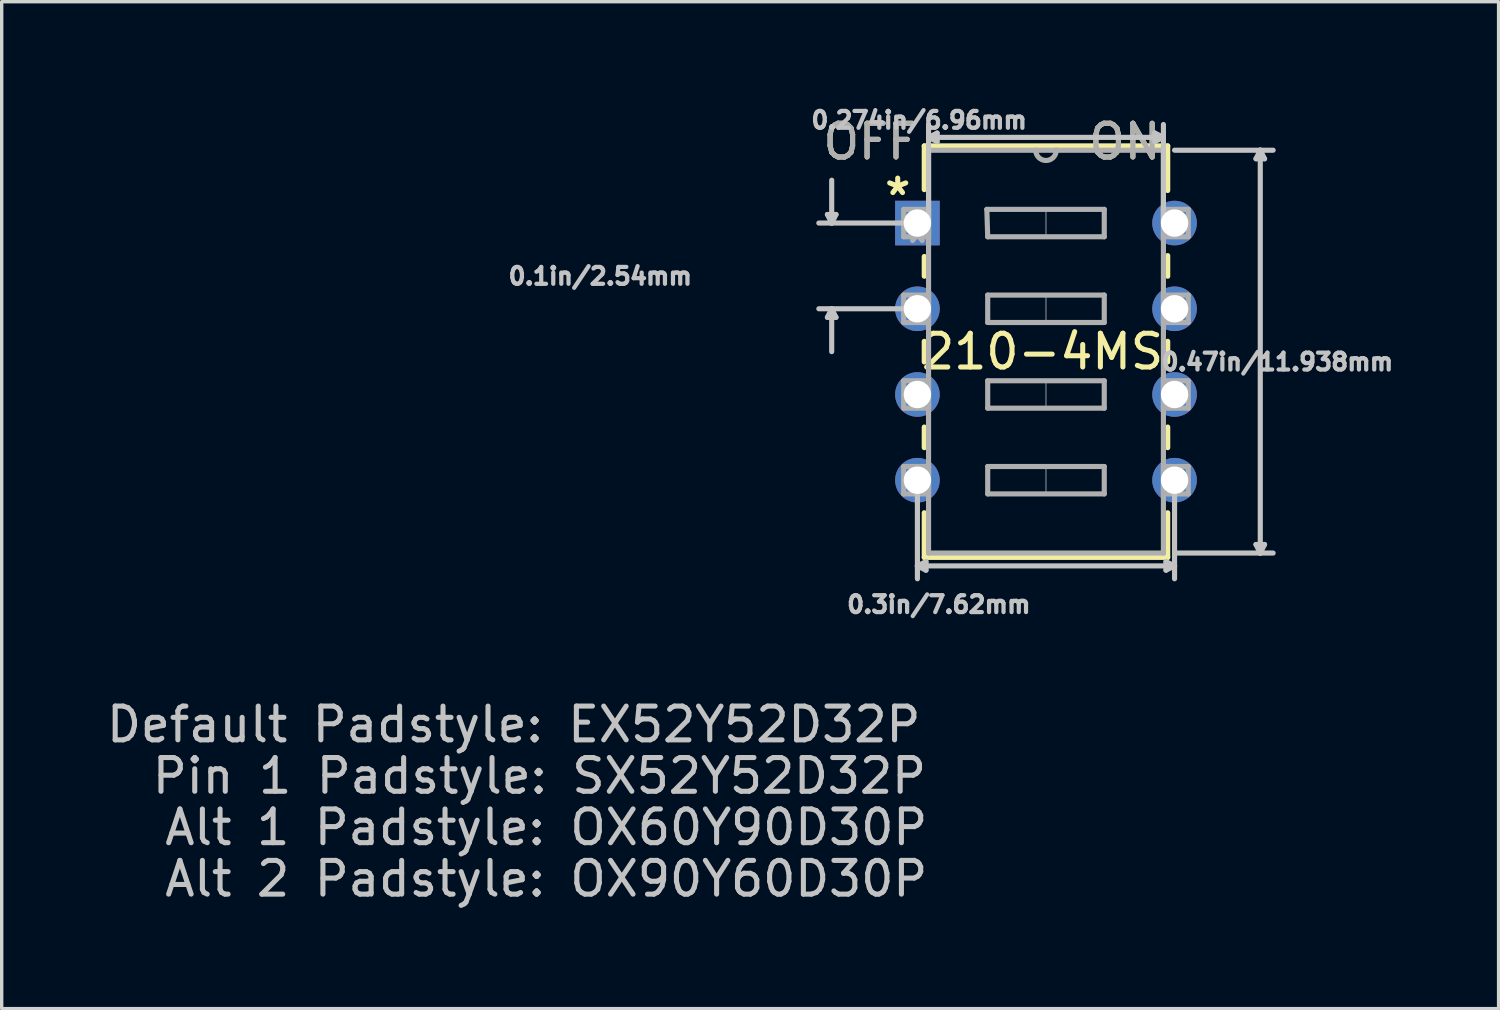
<source format=kicad_pcb>
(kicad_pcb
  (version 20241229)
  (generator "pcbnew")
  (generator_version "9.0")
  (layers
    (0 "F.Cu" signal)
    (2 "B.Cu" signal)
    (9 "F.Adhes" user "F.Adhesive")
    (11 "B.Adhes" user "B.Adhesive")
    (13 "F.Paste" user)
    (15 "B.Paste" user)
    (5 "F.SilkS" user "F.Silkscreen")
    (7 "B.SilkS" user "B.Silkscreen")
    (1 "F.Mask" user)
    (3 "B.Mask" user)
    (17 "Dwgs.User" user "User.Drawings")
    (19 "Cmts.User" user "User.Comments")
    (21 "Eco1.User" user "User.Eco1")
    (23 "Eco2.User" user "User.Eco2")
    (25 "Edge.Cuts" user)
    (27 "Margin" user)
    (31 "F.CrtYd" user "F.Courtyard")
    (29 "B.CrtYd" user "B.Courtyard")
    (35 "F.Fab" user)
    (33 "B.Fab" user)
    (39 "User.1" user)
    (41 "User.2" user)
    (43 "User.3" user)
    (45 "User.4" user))
  (footprint "210-4MS"
    (layer "F.Cu")
    (at 24.136 3.56)
    (property "Reference" "210-4MS" (at 3.708 3.81 0) (layer "F.SilkS") (effects (font (size 1 1) (thickness 0.15))))
    (attr through_hole)
    (fp_line (start 0.203 -2.286) (end 0.203 -0.991) (stroke (width 0.152) (type solid)) (layer "F.SilkS"))
    (fp_line (start 0.203 0.991) (end 0.203 1.575) (stroke (width 0.152) (type solid)) (layer "F.SilkS"))
    (fp_line (start 0.203 3.505) (end 0.203 4.115) (stroke (width 0.152) (type solid)) (layer "F.SilkS"))
    (fp_line (start 0.203 6.045) (end 0.203 6.655) (stroke (width 0.152) (type solid)) (layer "F.SilkS"))
    (fp_line (start 0.203 8.585) (end 0.203 9.906) (stroke (width 0.152) (type solid)) (layer "F.SilkS"))
    (fp_line (start 0.203 9.906) (end 7.417 9.906) (stroke (width 0.152) (type solid)) (layer "F.SilkS"))
    (fp_line (start 7.417 -2.286) (end 0.203 -2.286) (stroke (width 0.152) (type solid)) (layer "F.SilkS"))
    (fp_line (start 7.417 -0.965) (end 7.417 -2.286) (stroke (width 0.152) (type solid)) (layer "F.SilkS"))
    (fp_line (start 7.417 1.575) (end 7.417 0.965) (stroke (width 0.152) (type solid)) (layer "F.SilkS"))
    (fp_line (start 7.417 4.115) (end 7.417 3.505) (stroke (width 0.152) (type solid)) (layer "F.SilkS"))
    (fp_line (start 7.417 6.655) (end 7.417 6.045) (stroke (width 0.152) (type solid)) (layer "F.SilkS"))
    (fp_line (start 7.417 9.906) (end 7.417 8.585) (stroke (width 0.152) (type solid)) (layer "F.SilkS"))
    (fp_line (start -2.667 -0.254) (end -2.413 -0.254) (stroke (width 0.152) (type solid)) (layer "Dwgs.User"))
    (fp_line (start -2.667 2.794) (end -2.413 2.794) (stroke (width 0.152) (type solid)) (layer "Dwgs.User"))
    (fp_line (start -2.54 0) (end -2.921 0) (stroke (width 0.152) (type solid)) (layer "Dwgs.User"))
    (fp_line (start -2.54 0) (end -2.667 -0.254) (stroke (width 0.152) (type solid)) (layer "Dwgs.User"))
    (fp_line (start -2.54 0) (end -2.54 -1.27) (stroke (width 0.152) (type solid)) (layer "Dwgs.User"))
    (fp_line (start -2.54 0) (end -2.413 -0.254) (stroke (width 0.152) (type solid)) (layer "Dwgs.User"))
    (fp_line (start -2.54 2.54) (end -2.921 2.54) (stroke (width 0.152) (type solid)) (layer "Dwgs.User"))
    (fp_line (start -2.54 2.54) (end -2.667 2.794) (stroke (width 0.152) (type solid)) (layer "Dwgs.User"))
    (fp_line (start -2.54 2.54) (end -2.54 3.81) (stroke (width 0.152) (type solid)) (layer "Dwgs.User"))
    (fp_line (start -2.54 2.54) (end -2.413 2.794) (stroke (width 0.152) (type solid)) (layer "Dwgs.User"))
    (fp_line (start 0 0) (end -2.54 0) (stroke (width 0.152) (type solid)) (layer "Dwgs.User"))
    (fp_line (start 0 2.54) (end -2.54 2.54) (stroke (width 0.152) (type solid)) (layer "Dwgs.User"))
    (fp_line (start 0 7.62) (end 0 10.16) (stroke (width 0.152) (type solid)) (layer "Dwgs.User"))
    (fp_line (start 0 10.16) (end 0 10.541) (stroke (width 0.152) (type solid)) (layer "Dwgs.User"))
    (fp_line (start 0 10.16) (end 0.254 10.033) (stroke (width 0.152) (type solid)) (layer "Dwgs.User"))
    (fp_line (start 0 10.16) (end 0.254 10.287) (stroke (width 0.152) (type solid)) (layer "Dwgs.User"))
    (fp_line (start 0 10.16) (end 7.62 10.16) (stroke (width 0.152) (type solid)) (layer "Dwgs.User"))
    (fp_line (start 0.254 10.033) (end 0.254 10.287) (stroke (width 0.152) (type solid)) (layer "Dwgs.User"))
    (fp_line (start 0.33 -2.54) (end 0.33 -2.921) (stroke (width 0.152) (type solid)) (layer "Dwgs.User"))
    (fp_line (start 0.33 -2.54) (end 0.584 -2.667) (stroke (width 0.152) (type solid)) (layer "Dwgs.User"))
    (fp_line (start 0.33 -2.54) (end 0.584 -2.413) (stroke (width 0.152) (type solid)) (layer "Dwgs.User"))
    (fp_line (start 0.33 -2.54) (end 7.29 -2.54) (stroke (width 0.152) (type solid)) (layer "Dwgs.User"))
    (fp_line (start 0.33 0) (end 0.33 -2.54) (stroke (width 0.152) (type solid)) (layer "Dwgs.User"))
    (fp_line (start 0.584 -2.667) (end 0.584 -2.413) (stroke (width 0.152) (type solid)) (layer "Dwgs.User"))
    (fp_line (start 7.036 -2.667) (end 7.036 -2.413) (stroke (width 0.152) (type solid)) (layer "Dwgs.User"))
    (fp_line (start 7.29 -2.54) (end 7.036 -2.667) (stroke (width 0.152) (type solid)) (layer "Dwgs.User"))
    (fp_line (start 7.29 -2.54) (end 7.036 -2.413) (stroke (width 0.152) (type solid)) (layer "Dwgs.User"))
    (fp_line (start 7.29 -2.54) (end 7.29 -2.921) (stroke (width 0.152) (type solid)) (layer "Dwgs.User"))
    (fp_line (start 7.29 0) (end 7.29 -2.54) (stroke (width 0.152) (type solid)) (layer "Dwgs.User"))
    (fp_line (start 7.366 10.033) (end 7.366 10.287) (stroke (width 0.152) (type solid)) (layer "Dwgs.User"))
    (fp_line (start 7.62 -2.159) (end 10.16 -2.159) (stroke (width 0.152) (type solid)) (layer "Dwgs.User"))
    (fp_line (start 7.62 7.62) (end 7.62 9.779) (stroke (width 0.152) (type solid)) (layer "Dwgs.User"))
    (fp_line (start 7.62 9.779) (end 7.62 10.16) (stroke (width 0.152) (type solid)) (layer "Dwgs.User"))
    (fp_line (start 7.62 9.779) (end 10.16 9.779) (stroke (width 0.152) (type solid)) (layer "Dwgs.User"))
    (fp_line (start 7.62 10.16) (end 7.366 10.033) (stroke (width 0.152) (type solid)) (layer "Dwgs.User"))
    (fp_line (start 7.62 10.16) (end 7.366 10.287) (stroke (width 0.152) (type solid)) (layer "Dwgs.User"))
    (fp_line (start 7.62 10.16) (end 7.62 10.541) (stroke (width 0.152) (type solid)) (layer "Dwgs.User"))
    (fp_line (start 10.033 -1.905) (end 10.287 -1.905) (stroke (width 0.152) (type solid)) (layer "Dwgs.User"))
    (fp_line (start 10.033 9.525) (end 10.287 9.525) (stroke (width 0.152) (type solid)) (layer "Dwgs.User"))
    (fp_line (start 10.16 -2.159) (end 10.033 -1.905) (stroke (width 0.152) (type solid)) (layer "Dwgs.User"))
    (fp_line (start 10.16 -2.159) (end 10.16 9.779) (stroke (width 0.152) (type solid)) (layer "Dwgs.User"))
    (fp_line (start 10.16 -2.159) (end 10.287 -1.905) (stroke (width 0.152) (type solid)) (layer "Dwgs.User"))
    (fp_line (start 10.16 -2.159) (end 10.541 -2.159) (stroke (width 0.152) (type solid)) (layer "Dwgs.User"))
    (fp_line (start 10.16 9.779) (end 10.033 9.525) (stroke (width 0.152) (type solid)) (layer "Dwgs.User"))
    (fp_line (start 10.16 9.779) (end 10.287 9.525) (stroke (width 0.152) (type solid)) (layer "Dwgs.User"))
    (fp_line (start 10.16 9.779) (end 10.541 9.779) (stroke (width 0.152) (type solid)) (layer "Dwgs.User"))
    (fp_line (start -0.406 -0.406) (end -0.406 0.406) (stroke (width 0.152) (type solid)) (layer "F.Fab"))
    (fp_line (start -0.406 0.406) (end 0.33 0.406) (stroke (width 0.152) (type solid)) (layer "F.Fab"))
    (fp_line (start -0.406 2.134) (end -0.406 2.946) (stroke (width 0.152) (type solid)) (layer "F.Fab"))
    (fp_line (start -0.406 2.946) (end 0.33 2.946) (stroke (width 0.152) (type solid)) (layer "F.Fab"))
    (fp_line (start -0.406 4.674) (end -0.406 5.486) (stroke (width 0.152) (type solid)) (layer "F.Fab"))
    (fp_line (start -0.406 5.486) (end 0.33 5.486) (stroke (width 0.152) (type solid)) (layer "F.Fab"))
    (fp_line (start -0.406 7.214) (end -0.406 8.026) (stroke (width 0.152) (type solid)) (layer "F.Fab"))
    (fp_line (start -0.406 8.026) (end 0.33 8.026) (stroke (width 0.152) (type solid)) (layer "F.Fab"))
    (fp_line (start 0.33 -2.159) (end 0.33 9.779) (stroke (width 0.152) (type solid)) (layer "F.Fab"))
    (fp_line (start 0.33 -0.406) (end -0.406 -0.406) (stroke (width 0.152) (type solid)) (layer "F.Fab"))
    (fp_line (start 0.33 0.406) (end 0.33 -0.406) (stroke (width 0.152) (type solid)) (layer "F.Fab"))
    (fp_line (start 0.33 2.134) (end -0.406 2.134) (stroke (width 0.152) (type solid)) (layer "F.Fab"))
    (fp_line (start 0.33 2.946) (end 0.33 2.134) (stroke (width 0.152) (type solid)) (layer "F.Fab"))
    (fp_line (start 0.33 4.674) (end -0.406 4.674) (stroke (width 0.152) (type solid)) (layer "F.Fab"))
    (fp_line (start 0.33 5.486) (end 0.33 4.674) (stroke (width 0.152) (type solid)) (layer "F.Fab"))
    (fp_line (start 0.33 7.214) (end -0.406 7.214) (stroke (width 0.152) (type solid)) (layer "F.Fab"))
    (fp_line (start 0.33 8.026) (end 0.33 7.214) (stroke (width 0.152) (type solid)) (layer "F.Fab"))
    (fp_line (start 0.33 9.779) (end 7.29 9.779) (stroke (width 0.152) (type solid)) (layer "F.Fab"))
    (fp_line (start 2.057 -0.406) (end 5.537 -0.406) (stroke (width 0.152) (type solid)) (layer "F.Fab"))
    (fp_line (start 2.083 0.406) (end 2.057 -0.406) (stroke (width 0.152) (type solid)) (layer "F.Fab"))
    (fp_line (start 2.083 2.134) (end 5.537 2.134) (stroke (width 0.152) (type solid)) (layer "F.Fab"))
    (fp_line (start 2.083 2.946) (end 2.083 2.134) (stroke (width 0.152) (type solid)) (layer "F.Fab"))
    (fp_line (start 2.083 4.674) (end 5.537 4.674) (stroke (width 0.152) (type solid)) (layer "F.Fab"))
    (fp_line (start 2.083 5.486) (end 2.083 4.674) (stroke (width 0.152) (type solid)) (layer "F.Fab"))
    (fp_line (start 2.083 7.214) (end 5.537 7.214) (stroke (width 0.152) (type solid)) (layer "F.Fab"))
    (fp_line (start 2.083 8.026) (end 2.083 7.214) (stroke (width 0.152) (type solid)) (layer "F.Fab"))
    (fp_line (start 3.505 -2.159) (end 0.33 -2.159) (stroke (width 0.152) (type solid)) (layer "F.Fab"))
    (fp_line (start 4.115 -2.159) (end 3.505 -2.159) (stroke (width 0.152) (type solid)) (layer "F.Fab"))
    (fp_line (start 5.537 -0.406) (end 5.537 0.406) (stroke (width 0.152) (type solid)) (layer "F.Fab"))
    (fp_line (start 5.537 0.406) (end 2.083 0.406) (stroke (width 0.152) (type solid)) (layer "F.Fab"))
    (fp_line (start 5.537 2.134) (end 5.537 2.946) (stroke (width 0.152) (type solid)) (layer "F.Fab"))
    (fp_line (start 5.537 2.946) (end 2.083 2.946) (stroke (width 0.152) (type solid)) (layer "F.Fab"))
    (fp_line (start 5.537 4.674) (end 5.537 5.486) (stroke (width 0.152) (type solid)) (layer "F.Fab"))
    (fp_line (start 5.537 5.486) (end 2.083 5.486) (stroke (width 0.152) (type solid)) (layer "F.Fab"))
    (fp_line (start 5.537 7.214) (end 5.537 8.026) (stroke (width 0.152) (type solid)) (layer "F.Fab"))
    (fp_line (start 5.537 8.026) (end 2.083 8.026) (stroke (width 0.152) (type solid)) (layer "F.Fab"))
    (fp_line (start 7.29 -2.159) (end 4.115 -2.159) (stroke (width 0.152) (type solid)) (layer "F.Fab"))
    (fp_line (start 7.29 -0.406) (end 7.29 0.406) (stroke (width 0.152) (type solid)) (layer "F.Fab"))
    (fp_line (start 7.29 0.406) (end 8.026 0.406) (stroke (width 0.152) (type solid)) (layer "F.Fab"))
    (fp_line (start 7.29 2.134) (end 7.29 2.946) (stroke (width 0.152) (type solid)) (layer "F.Fab"))
    (fp_line (start 7.29 2.946) (end 8.026 2.946) (stroke (width 0.152) (type solid)) (layer "F.Fab"))
    (fp_line (start 7.29 4.674) (end 7.29 5.486) (stroke (width 0.152) (type solid)) (layer "F.Fab"))
    (fp_line (start 7.29 5.486) (end 8.026 5.486) (stroke (width 0.152) (type solid)) (layer "F.Fab"))
    (fp_line (start 7.29 7.214) (end 7.29 8.026) (stroke (width 0.152) (type solid)) (layer "F.Fab"))
    (fp_line (start 7.29 8.026) (end 8.026 8.026) (stroke (width 0.152) (type solid)) (layer "F.Fab"))
    (fp_line (start 7.29 9.779) (end 7.29 -2.159) (stroke (width 0.152) (type solid)) (layer "F.Fab"))
    (fp_line (start 8.026 -0.406) (end 7.29 -0.406) (stroke (width 0.152) (type solid)) (layer "F.Fab"))
    (fp_line (start 8.026 0.406) (end 8.026 -0.406) (stroke (width 0.152) (type solid)) (layer "F.Fab"))
    (fp_line (start 8.026 2.134) (end 7.29 2.134) (stroke (width 0.152) (type solid)) (layer "F.Fab"))
    (fp_line (start 8.026 2.946) (end 8.026 2.134) (stroke (width 0.152) (type solid)) (layer "F.Fab"))
    (fp_line (start 8.026 4.674) (end 7.29 4.674) (stroke (width 0.152) (type solid)) (layer "F.Fab"))
    (fp_line (start 8.026 5.486) (end 8.026 4.674) (stroke (width 0.152) (type solid)) (layer "F.Fab"))
    (fp_line (start 8.026 7.214) (end 7.29 7.214) (stroke (width 0.152) (type solid)) (layer "F.Fab"))
    (fp_line (start 8.026 8.026) (end 8.026 7.214) (stroke (width 0.152) (type solid)) (layer "F.Fab"))
    (fp_arc (start 4.1148 -2.159) (mid 3.81 -1.8542) (end 3.5052 -2.159) (stroke (width 0.1524) (type solid)) (layer "F.Fab"))
    (fp_poly (pts (xy 3.81 -0.406) (xy 5.55 -0.406) (xy 5.55 0.406) (xy 3.81 0.406)) (stroke (width 0.025) (type solid)) (fill no) (layer "F.Fab"))
    (fp_poly (pts (xy 3.81 2.134) (xy 5.55 2.134) (xy 5.55 2.946) (xy 3.81 2.946)) (stroke (width 0.025) (type solid)) (fill no) (layer "F.Fab"))
    (fp_poly (pts (xy 3.81 4.674) (xy 5.55 4.674) (xy 5.55 5.486) (xy 3.81 5.486)) (stroke (width 0.025) (type solid)) (fill no) (layer "F.Fab"))
    (fp_poly (pts (xy 3.81 7.214) (xy 5.55 7.214) (xy 5.55 8.026) (xy 3.81 8.026)) (stroke (width 0.025) (type solid)) (fill no) (layer "F.Fab"))
    (fp_text user "OFF" (at -1.397 -2.413 0) (layer "F.SilkS") (effects (font (size 1 1) (thickness 0.15))))
    (fp_text user "ON" (at 6.147 -2.413 0) (layer "F.SilkS") (effects (font (size 1 1) (thickness 0.15))))
    (fp_text user "*" (at -0.584 -0.787 0) (layer "F.SilkS") (effects (font (size 1 1) (thickness 0.15))))
    (fp_text user "0.1in/2.54mm" (at -9.398 1.575 0) (layer "Dwgs.User") (effects (font (size 0.5 0.5) (thickness 0.15))))
    (fp_text user "0.3in/7.62mm" (at 0.635 11.303 0) (layer "Dwgs.User") (effects (font (size 0.5 0.5) (thickness 0.15))))
    (fp_text user "0.274in/6.96mm" (at 0.051 -3.048 0) (layer "Dwgs.User") (effects (font (size 0.5 0.5) (thickness 0.15))))
    (fp_text user "Alt 1 Padstyle: OX60Y90D30P" (at -10.998 17.907 0) (layer "Dwgs.User") (effects (font (size 1 1) (thickness 0.15))))
    (fp_text user "0.47in/11.938mm" (at 10.668 4.115 0) (layer "Dwgs.User") (effects (font (size 0.5 0.5) (thickness 0.15))))
    (fp_text user "Alt 2 Padstyle: OX90Y60D30P" (at -10.998 19.431 0) (layer "Dwgs.User") (effects (font (size 1 1) (thickness 0.15))))
    (fp_text user "Default Padstyle: EX52Y52D32P" (at -11.963 14.859 0) (layer "Dwgs.User") (effects (font (size 1 1) (thickness 0.15))))
    (fp_text user "Pin 1 Padstyle: SX52Y52D32P" (at -11.201 16.383 0) (layer "Dwgs.User") (effects (font (size 1 1) (thickness 0.15))))
    (fp_text user "*" (at 0 0.635 0) (layer "F.Fab") (effects (font (size 1 1) (thickness 0.15))))
    (fp_text user "OFF" (at -1.397 -2.413 0) (layer "F.Fab") (effects (font (size 1 1) (thickness 0.15))))
    (fp_text user "ON" (at 6.147 -2.413 0) (layer "F.Fab") (effects (font (size 1 1) (thickness 0.15))))
    (pad "1" thru_hole rect (at 0 0) (size 1.321 1.321) (drill 0.813) (layers "*.Cu" "*.Mask"))
    (pad "2" thru_hole circle (at 0 2.54) (size 1.321 1.321) (drill 0.813) (layers "*.Cu" "*.Mask"))
    (pad "3" thru_hole circle (at 0 5.08) (size 1.321 1.321) (drill 0.813) (layers "*.Cu" "*.Mask"))
    (pad "4" thru_hole circle (at 0 7.62) (size 1.321 1.321) (drill 0.813) (layers "*.Cu" "*.Mask"))
    (pad "5" thru_hole circle (at 7.62 7.62) (size 1.321 1.321) (drill 0.813) (layers "*.Cu" "*.Mask"))
    (pad "6" thru_hole circle (at 7.62 5.08) (size 1.321 1.321) (drill 0.813) (layers "*.Cu" "*.Mask"))
    (pad "7" thru_hole circle (at 7.62 2.54) (size 1.321 1.321) (drill 0.813) (layers "*.Cu" "*.Mask"))
    (pad "8" thru_hole circle (at 7.62 0) (size 1.321 1.321) (drill 0.813) (layers "*.Cu" "*.Mask")))
  (gr_rect
    (start -3 -3)
    (end 41.358 26.839)
    (stroke (width 0.1) (type default))
    (fill no)
    (layer "Edge.Cuts")))
</source>
